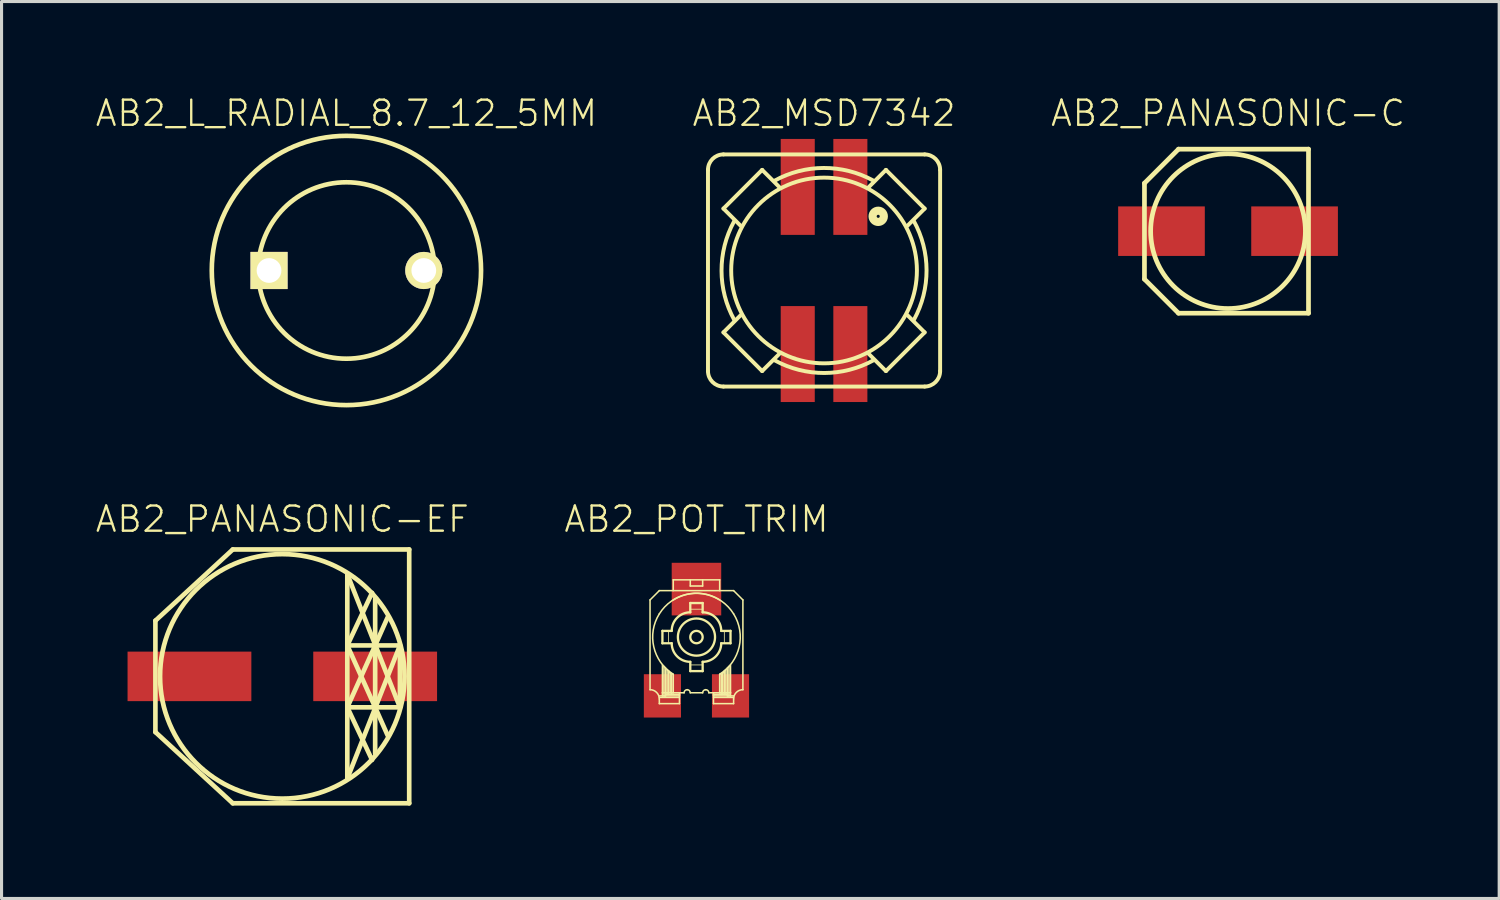
<source format=kicad_pcb>
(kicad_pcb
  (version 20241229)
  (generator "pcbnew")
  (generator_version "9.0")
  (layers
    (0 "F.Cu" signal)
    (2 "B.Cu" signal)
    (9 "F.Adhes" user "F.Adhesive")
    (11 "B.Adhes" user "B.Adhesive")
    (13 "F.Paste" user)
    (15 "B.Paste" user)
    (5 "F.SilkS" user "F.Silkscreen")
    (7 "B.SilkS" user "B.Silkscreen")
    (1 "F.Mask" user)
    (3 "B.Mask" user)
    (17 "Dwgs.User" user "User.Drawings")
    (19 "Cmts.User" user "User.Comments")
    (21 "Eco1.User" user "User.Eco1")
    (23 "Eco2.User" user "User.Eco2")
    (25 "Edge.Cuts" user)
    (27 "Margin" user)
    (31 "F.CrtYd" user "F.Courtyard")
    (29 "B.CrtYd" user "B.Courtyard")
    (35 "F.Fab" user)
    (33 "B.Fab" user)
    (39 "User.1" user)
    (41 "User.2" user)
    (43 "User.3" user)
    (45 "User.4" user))
  (footprint "AB2_PANASONIC-EF"
    (layer "F.Cu")
    (at 6.071 18.803)
    (property "Reference" "AB2_PANASONIC-EF" (at 0 -5.08 0) (layer "F.SilkS") (effects (font (size 0.813 0.813) (thickness 0.076))))
    (attr through_hole)
    (fp_line (start -4.1 -1.8) (end -1.6 -4.1) (stroke (width 0.15) (type solid)) (layer "F.SilkS"))
    (fp_line (start -4.1 1.8) (end -4.1 -1.8) (stroke (width 0.15) (type solid)) (layer "F.SilkS"))
    (fp_line (start -4.1 1.8) (end -1.6 4.1) (stroke (width 0.15) (type solid)) (layer "F.SilkS"))
    (fp_line (start -1.6 -4.1) (end 4.1 -4.1) (stroke (width 0.15) (type solid)) (layer "F.SilkS"))
    (fp_line (start -1.6 4.1) (end 4.1 4.1) (stroke (width 0.15) (type solid)) (layer "F.SilkS"))
    (fp_line (start 2.1 -3.3) (end 2.1 3.3) (stroke (width 0.15) (type solid)) (layer "F.SilkS"))
    (fp_line (start 2.1 -3.3) (end 3.8 1) (stroke (width 0.15) (type solid)) (layer "F.SilkS"))
    (fp_line (start 2.1 -1) (end 2.9 -2.7) (stroke (width 0.15) (type solid)) (layer "F.SilkS"))
    (fp_line (start 2.1 -1) (end 3 1) (stroke (width 0.15) (type solid)) (layer "F.SilkS"))
    (fp_line (start 2.1 1) (end 2.9 2.7) (stroke (width 0.15) (type solid)) (layer "F.SilkS"))
    (fp_line (start 2.1 1) (end 3 -1) (stroke (width 0.15) (type solid)) (layer "F.SilkS"))
    (fp_line (start 2.1 3.3) (end 3.8 -1) (stroke (width 0.15) (type solid)) (layer "F.SilkS"))
    (fp_line (start 3 -1) (end 3.4 -1.9) (stroke (width 0.15) (type solid)) (layer "F.SilkS"))
    (fp_line (start 3 1) (end 3.4 1.9) (stroke (width 0.15) (type solid)) (layer "F.SilkS"))
    (fp_line (start 3 2.5) (end 3 -2.5) (stroke (width 0.15) (type solid)) (layer "F.SilkS"))
    (fp_line (start 3.8 -1) (end 2.1 -1) (stroke (width 0.15) (type solid)) (layer "F.SilkS"))
    (fp_line (start 3.8 -1) (end 3.8 1) (stroke (width 0.15) (type solid)) (layer "F.SilkS"))
    (fp_line (start 3.8 1) (end 2.1 1) (stroke (width 0.15) (type solid)) (layer "F.SilkS"))
    (fp_line (start 4.1 -4.1) (end 4.1 4.1) (stroke (width 0.15) (type solid)) (layer "F.SilkS"))
    (fp_circle (center 0 0) (end -3.95 0) (stroke (width 0.152) (type solid)) (fill no) (layer "F.SilkS"))
    (pad "1" smd rect (at -3 0 180) (size 4 1.6) (layers "F.Cu" "F.Mask" "F.Paste"))
    (pad "2" smd rect (at 3 0 180) (size 4 1.6) (layers "F.Cu" "F.Mask" "F.Paste")))
  (footprint "AB2_L_RADIAL_8.7_12_5MM"
    (layer "F.Cu")
    (at 8.142 5.689)
    (property "Reference" "AB2_L_RADIAL_8.7_12_5MM" (at 0 -5.08 0) (layer "F.SilkS") (effects (font (size 0.813 0.813) (thickness 0.076))))
    (attr through_hole)
    (fp_circle (center 0 0) (end 0 -4.35) (stroke (width 0.15) (type solid)) (fill no) (layer "F.SilkS"))
    (fp_circle (center 0 0) (end 0 -2.85) (stroke (width 0.15) (type solid)) (fill no) (layer "F.SilkS"))
    (pad "1" thru_hole rect (at -2.5 0) (size 1.2 1.2) (drill 0.8) (layers "*.Cu" "*.Mask" "F.SilkS"))
    (pad "2" thru_hole circle (at 2.5 0) (size 1.2 1.2) (drill 0.8) (layers "*.Cu" "*.Mask" "F.SilkS")))
  (footprint "AB2_POT_TRIM"
    (layer "F.Cu")
    (at 19.452 17.533)
    (property "Reference" "AB2_POT_TRIM" (at 0 -3.81 0) (layer "F.SilkS") (effects (font (size 0.813 0.813) (thickness 0.076))))
    (attr through_hole)
    (fp_line (start -1.5 -1.2) (end -1.5 1.7) (stroke (width 0.05) (type solid)) (layer "F.SilkS"))
    (fp_line (start -1.2 -1.5) (end -1.5 -1.2) (stroke (width 0.05) (type solid)) (layer "F.SilkS"))
    (fp_line (start -1.2 -1.5) (end 1.2 -1.5) (stroke (width 0.05) (type solid)) (layer "F.SilkS"))
    (fp_line (start -1.2 1.9) (end -1.1 1.9) (stroke (width 0.05) (type solid)) (layer "F.SilkS"))
    (fp_line (start -1.2 1.95) (end -0.55 1.95) (stroke (width 0.05) (type solid)) (layer "F.SilkS"))
    (fp_line (start -1.2 2) (end -1.2 2.15) (stroke (width 0.05) (type solid)) (layer "F.SilkS"))
    (fp_line (start -1.2 2.15) (end -0.55 2.15) (stroke (width 0.05) (type solid)) (layer "F.SilkS"))
    (fp_line (start -1.1 -0.2) (end -0.8 -0.2) (stroke (width 0.075) (type solid)) (layer "F.SilkS"))
    (fp_line (start -1.1 0.2) (end -1.1 -0.2) (stroke (width 0.075) (type solid)) (layer "F.SilkS"))
    (fp_line (start -1.1 1.8) (end -1.1 0.9) (stroke (width 0.05) (type solid)) (layer "F.SilkS"))
    (fp_line (start -1.1 1.9) (end -1.1 1.8) (stroke (width 0.05) (type solid)) (layer "F.SilkS"))
    (fp_line (start -1.1 1.9) (end -0.55 1.9) (stroke (width 0.05) (type solid)) (layer "F.SilkS"))
    (fp_line (start -1.05 0.95) (end -1.05 1.9) (stroke (width 0.05) (type solid)) (layer "F.SilkS"))
    (fp_line (start -1.05 1.9) (end -1 1.9) (stroke (width 0.05) (type solid)) (layer "F.SilkS"))
    (fp_line (start -1 1) (end -1.05 0.95) (stroke (width 0.05) (type solid)) (layer "F.SilkS"))
    (fp_line (start -1 1.85) (end -1 1) (stroke (width 0.05) (type solid)) (layer "F.SilkS"))
    (fp_line (start -1 1.9) (end -1 1.85) (stroke (width 0.05) (type solid)) (layer "F.SilkS"))
    (fp_line (start -0.95 1.05) (end -0.95 1.85) (stroke (width 0.05) (type solid)) (layer "F.SilkS"))
    (fp_line (start -0.95 1.85) (end -0.9 1.85) (stroke (width 0.05) (type solid)) (layer "F.SilkS"))
    (fp_line (start -0.9 -0.2) (end -0.9 0.2) (stroke (width 0.025) (type solid)) (layer "F.SilkS"))
    (fp_line (start -0.9 1.1) (end -0.95 1.05) (stroke (width 0.05) (type solid)) (layer "F.SilkS"))
    (fp_line (start -0.9 1.85) (end -1 1.85) (stroke (width 0.05) (type solid)) (layer "F.SilkS"))
    (fp_line (start -0.9 1.85) (end -0.9 1.1) (stroke (width 0.05) (type solid)) (layer "F.SilkS"))
    (fp_line (start -0.85 1.15) (end -0.9 1.15) (stroke (width 0.05) (type solid)) (layer "F.SilkS"))
    (fp_line (start -0.85 1.15) (end -0.8 1.2) (stroke (width 0.05) (type solid)) (layer "F.SilkS"))
    (fp_line (start -0.85 1.8) (end -0.85 1.15) (stroke (width 0.05) (type solid)) (layer "F.SilkS"))
    (fp_line (start -0.85 1.85) (end -0.8 1.85) (stroke (width 0.05) (type solid)) (layer "F.SilkS"))
    (fp_line (start -0.8 0.2) (end -1.1 0.2) (stroke (width 0.075) (type solid)) (layer "F.SilkS"))
    (fp_line (start -0.8 1.85) (end -0.9 1.85) (stroke (width 0.05) (type solid)) (layer "F.SilkS"))
    (fp_line (start -0.8 1.85) (end -0.8 1.2) (stroke (width 0.05) (type solid)) (layer "F.SilkS"))
    (fp_line (start -0.75 -1.85) (end 0.75 -1.85) (stroke (width 0.05) (type solid)) (layer "F.SilkS"))
    (fp_line (start -0.75 -1.5) (end -0.75 -1.85) (stroke (width 0.05) (type solid)) (layer "F.SilkS"))
    (fp_line (start -0.75 1.2) (end -0.75 1.8) (stroke (width 0.05) (type solid)) (layer "F.SilkS"))
    (fp_line (start -0.75 1.8) (end -1.1 1.8) (stroke (width 0.05) (type solid)) (layer "F.SilkS"))
    (fp_line (start -0.75 1.8) (end -0.4 1.8) (stroke (width 0.05) (type solid)) (layer "F.SilkS"))
    (fp_line (start -0.55 1.85) (end -0.8 1.85) (stroke (width 0.05) (type solid)) (layer "F.SilkS"))
    (fp_line (start -0.55 1.9) (end -0.55 1.85) (stroke (width 0.05) (type solid)) (layer "F.SilkS"))
    (fp_line (start -0.55 2.15) (end -0.55 1.8) (stroke (width 0.05) (type solid)) (layer "F.SilkS"))
    (fp_line (start -0.2 -1.85) (end -0.2 -1.65) (stroke (width 0.05) (type solid)) (layer "F.SilkS"))
    (fp_line (start -0.2 -1.65) (end 0.2 -1.65) (stroke (width 0.05) (type solid)) (layer "F.SilkS"))
    (fp_line (start -0.2 -1.1) (end 0.2 -1.1) (stroke (width 0.075) (type solid)) (layer "F.SilkS"))
    (fp_line (start -0.2 -0.9) (end 0.2 -0.9) (stroke (width 0.025) (type solid)) (layer "F.SilkS"))
    (fp_line (start -0.2 -0.8) (end -0.2 -1.1) (stroke (width 0.075) (type solid)) (layer "F.SilkS"))
    (fp_line (start -0.2 1.1) (end -0.2 0.8) (stroke (width 0.075) (type solid)) (layer "F.SilkS"))
    (fp_line (start -0.2 1.8) (end 0.2 1.8) (stroke (width 0.05) (type solid)) (layer "F.SilkS"))
    (fp_line (start 0.2 -1.65) (end 0.2 -1.85) (stroke (width 0.05) (type solid)) (layer "F.SilkS"))
    (fp_line (start 0.2 -1.1) (end 0.2 -0.8) (stroke (width 0.075) (type solid)) (layer "F.SilkS"))
    (fp_line (start 0.2 0.8) (end 0.2 1.1) (stroke (width 0.075) (type solid)) (layer "F.SilkS"))
    (fp_line (start 0.2 0.9) (end -0.2 0.9) (stroke (width 0.025) (type solid)) (layer "F.SilkS"))
    (fp_line (start 0.2 1.1) (end -0.2 1.1) (stroke (width 0.075) (type solid)) (layer "F.SilkS"))
    (fp_line (start 0.55 1.85) (end 0.8 1.85) (stroke (width 0.05) (type solid)) (layer "F.SilkS"))
    (fp_line (start 0.55 1.9) (end 0.55 1.85) (stroke (width 0.05) (type solid)) (layer "F.SilkS"))
    (fp_line (start 0.55 2.15) (end 0.55 1.8) (stroke (width 0.05) (type solid)) (layer "F.SilkS"))
    (fp_line (start 0.75 -1.85) (end 0.75 -1.5) (stroke (width 0.05) (type solid)) (layer "F.SilkS"))
    (fp_line (start 0.75 1.2) (end 0.75 1.8) (stroke (width 0.05) (type solid)) (layer "F.SilkS"))
    (fp_line (start 0.75 1.8) (end 0.4 1.8) (stroke (width 0.05) (type solid)) (layer "F.SilkS"))
    (fp_line (start 0.75 1.8) (end 1.1 1.8) (stroke (width 0.05) (type solid)) (layer "F.SilkS"))
    (fp_line (start 0.8 -0.2) (end 1.1 -0.2) (stroke (width 0.075) (type solid)) (layer "F.SilkS"))
    (fp_line (start 0.8 1.2) (end 0.85 1.15) (stroke (width 0.05) (type solid)) (layer "F.SilkS"))
    (fp_line (start 0.8 1.85) (end 0.8 1.2) (stroke (width 0.05) (type solid)) (layer "F.SilkS"))
    (fp_line (start 0.8 1.85) (end 0.9 1.85) (stroke (width 0.05) (type solid)) (layer "F.SilkS"))
    (fp_line (start 0.85 1.15) (end 0.85 1.85) (stroke (width 0.05) (type solid)) (layer "F.SilkS"))
    (fp_line (start 0.85 1.15) (end 0.9 1.15) (stroke (width 0.05) (type solid)) (layer "F.SilkS"))
    (fp_line (start 0.85 1.85) (end 0.8 1.85) (stroke (width 0.05) (type solid)) (layer "F.SilkS"))
    (fp_line (start 0.9 -0.2) (end 0.9 0.2) (stroke (width 0.025) (type solid)) (layer "F.SilkS"))
    (fp_line (start 0.9 1.1) (end 0.95 1.05) (stroke (width 0.05) (type solid)) (layer "F.SilkS"))
    (fp_line (start 0.9 1.85) (end 0.9 1.1) (stroke (width 0.05) (type solid)) (layer "F.SilkS"))
    (fp_line (start 0.9 1.85) (end 1 1.85) (stroke (width 0.05) (type solid)) (layer "F.SilkS"))
    (fp_line (start 0.95 1.05) (end 0.95 1.85) (stroke (width 0.05) (type solid)) (layer "F.SilkS"))
    (fp_line (start 0.95 1.85) (end 0.9 1.85) (stroke (width 0.05) (type solid)) (layer "F.SilkS"))
    (fp_line (start 1 1) (end 1.05 0.95) (stroke (width 0.05) (type solid)) (layer "F.SilkS"))
    (fp_line (start 1 1.85) (end 1 1) (stroke (width 0.05) (type solid)) (layer "F.SilkS"))
    (fp_line (start 1 1.9) (end 1 1.85) (stroke (width 0.05) (type solid)) (layer "F.SilkS"))
    (fp_line (start 1.05 0.95) (end 1.05 1.85) (stroke (width 0.05) (type solid)) (layer "F.SilkS"))
    (fp_line (start 1.05 1.85) (end 1.05 1.9) (stroke (width 0.05) (type solid)) (layer "F.SilkS"))
    (fp_line (start 1.05 1.9) (end 1 1.9) (stroke (width 0.05) (type solid)) (layer "F.SilkS"))
    (fp_line (start 1.1 -0.2) (end 1.1 0.2) (stroke (width 0.075) (type solid)) (layer "F.SilkS"))
    (fp_line (start 1.1 0.2) (end 0.8 0.2) (stroke (width 0.075) (type solid)) (layer "F.SilkS"))
    (fp_line (start 1.1 1.8) (end 1.1 0.9) (stroke (width 0.05) (type solid)) (layer "F.SilkS"))
    (fp_line (start 1.1 1.9) (end 0.55 1.9) (stroke (width 0.05) (type solid)) (layer "F.SilkS"))
    (fp_line (start 1.1 1.9) (end 1.1 1.8) (stroke (width 0.05) (type solid)) (layer "F.SilkS"))
    (fp_line (start 1.2 -1.5) (end 1.5 -1.2) (stroke (width 0.05) (type solid)) (layer "F.SilkS"))
    (fp_line (start 1.2 1.9) (end 1.1 1.9) (stroke (width 0.05) (type solid)) (layer "F.SilkS"))
    (fp_line (start 1.2 1.95) (end 0.55 1.95) (stroke (width 0.05) (type solid)) (layer "F.SilkS"))
    (fp_line (start 1.2 2) (end 1.2 2.15) (stroke (width 0.05) (type solid)) (layer "F.SilkS"))
    (fp_line (start 1.2 2.15) (end 0.55 2.15) (stroke (width 0.05) (type solid)) (layer "F.SilkS"))
    (fp_line (start 1.5 -1.2) (end 1.5 1.7) (stroke (width 0.05) (type solid)) (layer "F.SilkS"))
    (fp_arc (start -1.5 1.7) (mid -1.287868 1.787868) (end -1.2 2) (stroke (width 0.05) (type solid)) (layer "F.SilkS"))
    (fp_arc (start -1.2 -0.75) (mid -0.318198 -1.378858) (end 0.75 -1.2) (stroke (width 0.05) (type solid)) (layer "F.SilkS"))
    (fp_arc (start -0.8 -0.2) (mid -0.624264 -0.624264) (end -0.2 -0.8) (stroke (width 0.075) (type solid)) (layer "F.SilkS"))
    (fp_arc (start -0.75 -1.2) (mid 0.318198 -1.378858) (end 1.2 -0.75) (stroke (width 0.05) (type solid)) (layer "F.SilkS"))
    (fp_arc (start -0.75 1.2) (mid -1.378858 0.318198) (end -1.2 -0.75) (stroke (width 0.05) (type solid)) (layer "F.SilkS"))
    (fp_arc (start -0.4 1.8) (mid -0.370711 1.729289) (end -0.3 1.7) (stroke (width 0.05) (type solid)) (layer "F.SilkS"))
    (fp_arc (start -0.3 1.7) (mid -0.229289 1.729289) (end -0.2 1.8) (stroke (width 0.05) (type solid)) (layer "F.SilkS"))
    (fp_arc (start -0.2 0.8) (mid -0.624264 0.624264) (end -0.8 0.2) (stroke (width 0.075) (type solid)) (layer "F.SilkS"))
    (fp_arc (start 0.2 -0.8) (mid 0.624264 -0.624264) (end 0.8 -0.2) (stroke (width 0.075) (type solid)) (layer "F.SilkS"))
    (fp_arc (start 0.2 1.8) (mid 0.229289 1.729289) (end 0.3 1.7) (stroke (width 0.05) (type solid)) (layer "F.SilkS"))
    (fp_arc (start 0.3 1.7) (mid 0.370711 1.729289) (end 0.4 1.8) (stroke (width 0.05) (type solid)) (layer "F.SilkS"))
    (fp_arc (start 0.8 0.2) (mid 0.624264 0.624264) (end 0.2 0.8) (stroke (width 0.075) (type solid)) (layer "F.SilkS"))
    (fp_arc (start 1.2 -0.75) (mid 1.378858 0.318198) (end 0.75 1.2) (stroke (width 0.05) (type solid)) (layer "F.SilkS"))
    (fp_arc (start 1.2 2) (mid 1.287868 1.787868) (end 1.5 1.7) (stroke (width 0.05) (type solid)) (layer "F.SilkS"))
    (fp_circle (center 0 0) (end 0 -0.6) (stroke (width 0.075) (type solid)) (fill no) (layer "F.SilkS"))
    (fp_circle (center 0 0) (end 0 -0.2) (stroke (width 0.075) (type solid)) (fill no) (layer "F.SilkS"))
    (pad "1" smd rect (at -1.1 1.9) (size 1.2 1.4) (layers "F.Cu" "F.Mask" "F.Paste"))
    (pad "2" smd rect (at 0 -1.55) (size 1.6 1.7) (layers "F.Cu" "F.Mask" "F.Paste"))
    (pad "3" smd rect (at 1.1 1.9) (size 1.2 1.4) (layers "F.Cu" "F.Mask" "F.Paste")))
  (footprint "AB2_PANASONIC-C"
    (layer "F.Cu")
    (at 36.626 4.419)
    (property "Reference" "AB2_PANASONIC-C" (at 0 -3.81 0) (layer "F.SilkS") (effects (font (size 0.813 0.813) (thickness 0.076))))
    (attr through_hole)
    (fp_line (start -2.7 -1.55) (end -2.7 1.55) (stroke (width 0.152) (type solid)) (layer "F.SilkS"))
    (fp_line (start -2.7 1.55) (end -1.6 2.65) (stroke (width 0.152) (type solid)) (layer "F.SilkS"))
    (fp_line (start -1.6 -2.65) (end -2.7 -1.55) (stroke (width 0.152) (type solid)) (layer "F.SilkS"))
    (fp_line (start -1.6 2.65) (end 2.6 2.65) (stroke (width 0.152) (type solid)) (layer "F.SilkS"))
    (fp_line (start 2.6 -2.65) (end -1.6 -2.65) (stroke (width 0.152) (type solid)) (layer "F.SilkS"))
    (fp_line (start 2.6 2.65) (end 2.6 -2.65) (stroke (width 0.152) (type solid)) (layer "F.SilkS"))
    (fp_circle (center 0 0) (end -2.5 0) (stroke (width 0.152) (type solid)) (fill no) (layer "F.SilkS"))
    (pad "1" smd rect (at -2.15 0 180) (size 2.8 1.6) (layers "F.Cu" "F.Mask" "F.Paste"))
    (pad "2" smd rect (at 2.15 0 180) (size 2.8 1.6) (layers "F.Cu" "F.Mask" "F.Paste")))
  (footprint "AB2_MSD7342"
    (layer "F.Cu")
    (at 23.574 5.689)
    (property "Reference" "AB2_MSD7342" (at 0 -5.08 0) (layer "F.SilkS") (effects (font (size 0.813 0.813) (thickness 0.076))))
    (attr through_hole)
    (fp_line (start -3.75 3.25) (end -3.75 -3.25) (stroke (width 0.127) (type solid)) (layer "F.SilkS"))
    (fp_line (start -3.25 -3.75) (end 3.25 -3.75) (stroke (width 0.127) (type solid)) (layer "F.SilkS"))
    (fp_line (start -3.25 -2) (end -2.7 -1.45) (stroke (width 0.127) (type solid)) (layer "F.SilkS"))
    (fp_line (start -3.25 2) (end -2.7 1.45) (stroke (width 0.127) (type solid)) (layer "F.SilkS"))
    (fp_line (start -3.25 2) (end -2 3.25) (stroke (width 0.127) (type solid)) (layer "F.SilkS"))
    (fp_line (start -2 -3.25) (end -3.25 -2) (stroke (width 0.127) (type solid)) (layer "F.SilkS"))
    (fp_line (start -2 -3.25) (end -1.45 -2.7) (stroke (width 0.127) (type solid)) (layer "F.SilkS"))
    (fp_line (start -2 3.25) (end -1.45 2.7) (stroke (width 0.127) (type solid)) (layer "F.SilkS"))
    (fp_line (start 2 -3.25) (end 1.45 -2.7) (stroke (width 0.127) (type solid)) (layer "F.SilkS"))
    (fp_line (start 2 -3.25) (end 3.25 -2) (stroke (width 0.127) (type solid)) (layer "F.SilkS"))
    (fp_line (start 2 3.25) (end 1.45 2.7) (stroke (width 0.127) (type solid)) (layer "F.SilkS"))
    (fp_line (start 2 3.25) (end 3.25 2) (stroke (width 0.127) (type solid)) (layer "F.SilkS"))
    (fp_line (start 3.25 -2) (end 2.7 -1.45) (stroke (width 0.127) (type solid)) (layer "F.SilkS"))
    (fp_line (start 3.25 2) (end 2.7 1.45) (stroke (width 0.127) (type solid)) (layer "F.SilkS"))
    (fp_line (start 3.25 3.75) (end -3.25 3.75) (stroke (width 0.127) (type solid)) (layer "F.SilkS"))
    (fp_line (start 3.75 -3.25) (end 3.75 3.25) (stroke (width 0.127) (type solid)) (layer "F.SilkS"))
    (fp_arc (start -3.75 -3.25) (mid -3.603553 -3.603553) (end -3.25 -3.75) (stroke (width 0.127) (type solid)) (layer "F.SilkS"))
    (fp_arc (start -3.25 3.75) (mid -3.603553 3.603553) (end -3.75 3.25) (stroke (width 0.127) (type solid)) (layer "F.SilkS"))
    (fp_arc (start -2.9 1.6) (mid -3.31209 0.007895) (end -2.907595 -1.586156) (stroke (width 0.127) (type solid)) (layer "F.SilkS"))
    (fp_arc (start -1.6 -2.9) (mid -0.007895 -3.31209) (end 1.586156 -2.907595) (stroke (width 0.127) (type solid)) (layer "F.SilkS"))
    (fp_arc (start 1.6 2.9) (mid 0.007895 3.31209) (end -1.586156 2.907595) (stroke (width 0.127) (type solid)) (layer "F.SilkS"))
    (fp_arc (start 2.9 -1.6) (mid 3.31209 -0.007895) (end 2.907595 1.586156) (stroke (width 0.127) (type solid)) (layer "F.SilkS"))
    (fp_arc (start 3.25 -3.75) (mid 3.603553 -3.603553) (end 3.75 -3.25) (stroke (width 0.127) (type solid)) (layer "F.SilkS"))
    (fp_arc (start 3.75 3.25) (mid 3.603553 3.603553) (end 3.25 3.75) (stroke (width 0.127) (type solid)) (layer "F.SilkS"))
    (fp_circle (center 0 0) (end 0 -3) (stroke (width 0.127) (type solid)) (fill no) (layer "F.SilkS"))
    (fp_circle (center 1.75 -1.75) (end 1.75 -2) (stroke (width 0.127) (type solid)) (fill no) (layer "F.SilkS"))
    (fp_circle (center 1.75 -1.75) (end 1.75 -1.9) (stroke (width 0.127) (type solid)) (fill no) (layer "F.SilkS"))
    (fp_circle (center 1.75 -1.75) (end 1.75 -1.8) (stroke (width 0.127) (type solid)) (fill no) (layer "F.SilkS"))
    (pad "1" smd rect (at 0.85 -2.7) (size 1.1 3.1) (layers "F.Cu" "F.Mask" "F.Paste"))
    (pad "2" smd rect (at -0.85 -2.7) (size 1.1 3.1) (layers "F.Cu" "F.Mask" "F.Paste"))
    (pad "3" smd rect (at -0.85 2.7) (size 1.1 3.1) (layers "F.Cu" "F.Mask" "F.Paste"))
    (pad "4" smd rect (at 0.85 2.7) (size 1.1 3.1) (layers "F.Cu" "F.Mask" "F.Paste")))
  (gr_rect
    (start -3 -3)
    (end 45.387 25.978)
    (stroke (width 0.1) (type default))
    (fill no)
    (layer "Edge.Cuts")))
</source>
